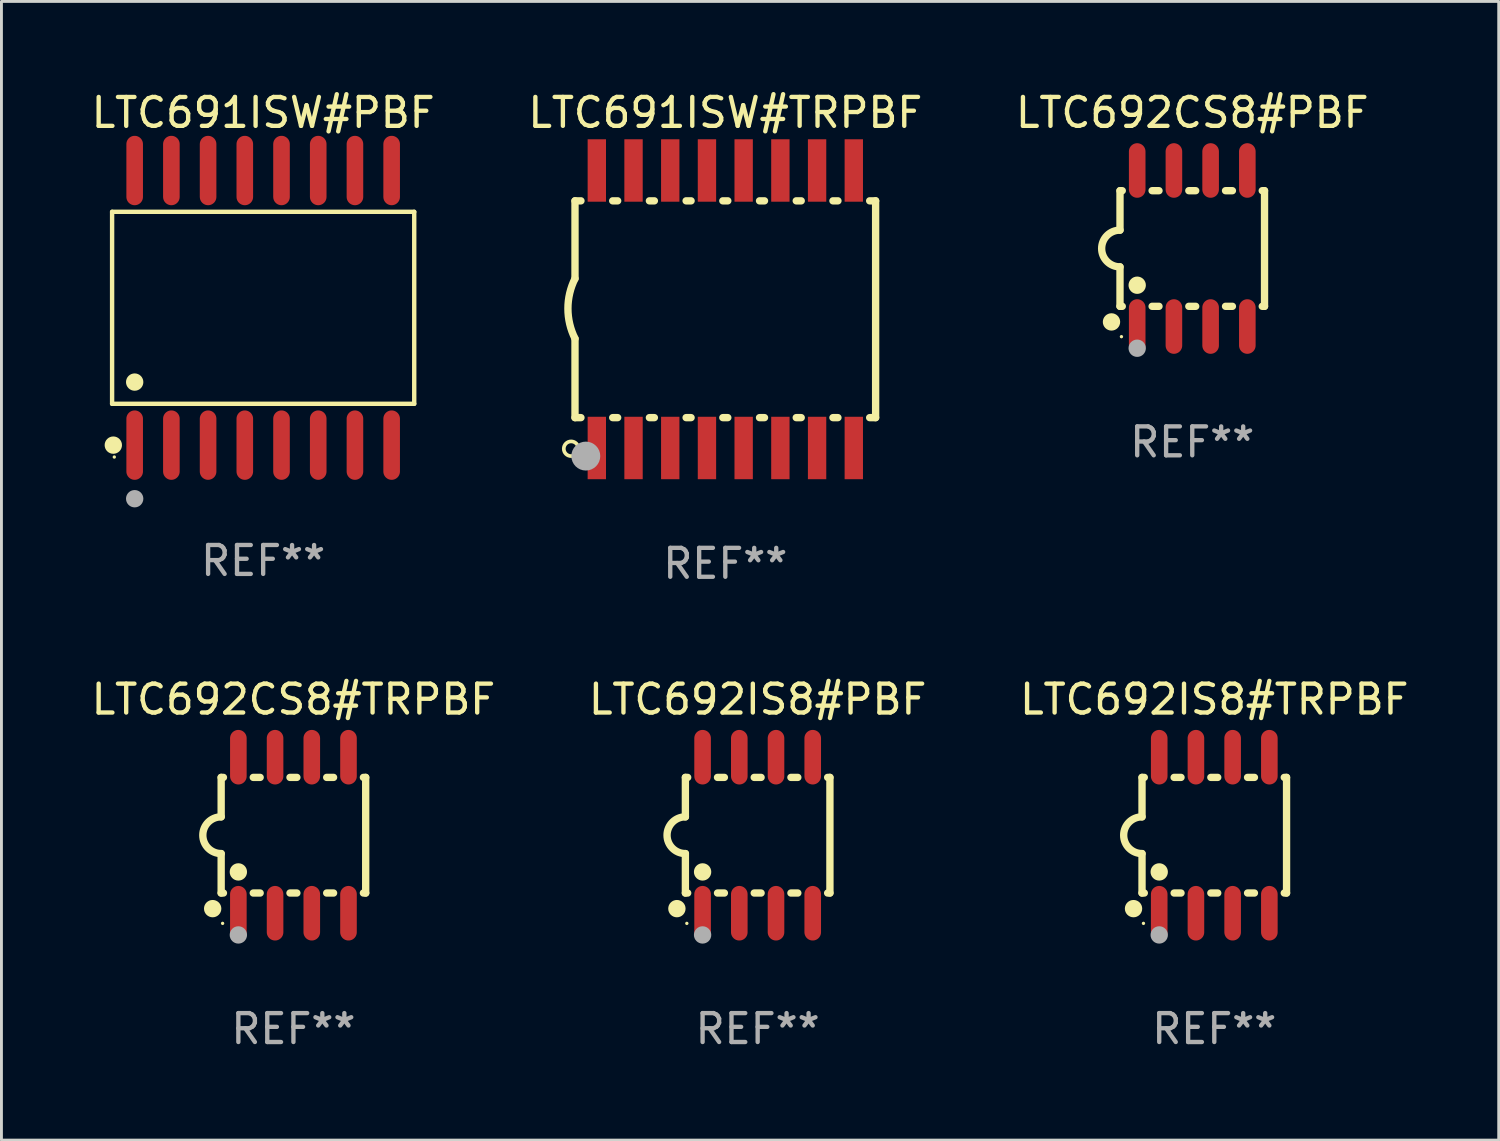
<source format=kicad_pcb>
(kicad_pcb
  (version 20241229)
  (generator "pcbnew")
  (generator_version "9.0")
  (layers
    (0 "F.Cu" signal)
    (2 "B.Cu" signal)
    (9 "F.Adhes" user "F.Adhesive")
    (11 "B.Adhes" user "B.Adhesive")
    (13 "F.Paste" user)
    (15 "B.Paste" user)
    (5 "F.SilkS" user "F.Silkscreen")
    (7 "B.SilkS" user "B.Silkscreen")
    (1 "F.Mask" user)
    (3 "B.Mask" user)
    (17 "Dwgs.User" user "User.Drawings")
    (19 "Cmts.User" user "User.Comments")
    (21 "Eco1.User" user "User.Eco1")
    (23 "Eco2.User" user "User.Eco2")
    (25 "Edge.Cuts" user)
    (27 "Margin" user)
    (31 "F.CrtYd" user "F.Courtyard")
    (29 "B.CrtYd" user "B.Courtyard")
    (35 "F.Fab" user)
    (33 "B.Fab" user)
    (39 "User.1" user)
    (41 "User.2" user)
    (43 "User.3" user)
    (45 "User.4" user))
  (footprint "LTC692CS8#PBF"
    (layer "F.Cu")
    (at 38.196 5.547)
    (property "Reference" "LTC692CS8#PBF" (at 0 -4.699 0) (layer "F.SilkS") (effects (font (size 1 1) (thickness 0.15))))
    (attr through_hole)
    (fp_line (start -2.5 -2) (end -2.5 -0.635) (stroke (width 0.254) (type solid)) (layer "F.SilkS"))
    (fp_line (start -2.5 -2) (end -2.421 -2) (stroke (width 0.254) (type solid)) (layer "F.SilkS"))
    (fp_line (start -2.5 2) (end -2.5 0.635) (stroke (width 0.254) (type solid)) (layer "F.SilkS"))
    (fp_line (start -2.5 2) (end -2.421 2) (stroke (width 0.254) (type solid)) (layer "F.SilkS"))
    (fp_line (start -1.389 -2) (end -1.151 -2) (stroke (width 0.254) (type solid)) (layer "F.SilkS"))
    (fp_line (start -1.389 2) (end -1.151 2) (stroke (width 0.254) (type solid)) (layer "F.SilkS"))
    (fp_line (start -0.119 -2) (end 0.119 -2) (stroke (width 0.254) (type solid)) (layer "F.SilkS"))
    (fp_line (start -0.119 2) (end 0.119 2) (stroke (width 0.254) (type solid)) (layer "F.SilkS"))
    (fp_line (start 1.151 -2) (end 1.389 -2) (stroke (width 0.254) (type solid)) (layer "F.SilkS"))
    (fp_line (start 1.151 2) (end 1.389 2) (stroke (width 0.254) (type solid)) (layer "F.SilkS"))
    (fp_line (start 2.421 -2) (end 2.5 -2) (stroke (width 0.254) (type solid)) (layer "F.SilkS"))
    (fp_line (start 2.421 2) (end 2.5 2) (stroke (width 0.254) (type solid)) (layer "F.SilkS"))
    (fp_line (start 2.5 -2) (end 2.5 2) (stroke (width 0.254) (type solid)) (layer "F.SilkS"))
    (fp_arc (start -2.5 0.635001) (mid -3.134366 -0.000318) (end -2.499365 -0.635001) (stroke (width 0.254001) (type solid)) (layer "F.SilkS"))
    (fp_circle (center -2.794 2.54) (end -2.644 2.54) (stroke (width 0.3) (type solid)) (fill no) (layer "F.SilkS"))
    (fp_circle (center -2.45 3.05) (end -2.42 3.05) (stroke (width 0.06) (type solid)) (fill no) (layer "F.SilkS"))
    (fp_circle (center -1.905 1.27) (end -1.755 1.27) (stroke (width 0.3) (type solid)) (fill no) (layer "F.SilkS"))
    (fp_circle (center -1.905 3.45) (end -1.755 3.45) (stroke (width 0.3) (type solid)) (fill no) (layer "F.Fab"))
    (fp_text user "REF**" (at 0 6.699 0) (layer "F.Fab") (effects (font (size 1 1) (thickness 0.15))))
    (pad "1" smd oval (at -1.905 2.699) (size 0.574 1.888) (layers "F.Cu" "F.Mask" "F.Paste"))
    (pad "2" smd oval (at -0.635 2.699) (size 0.574 1.888) (layers "F.Cu" "F.Mask" "F.Paste"))
    (pad "3" smd oval (at 0.635 2.699) (size 0.574 1.888) (layers "F.Cu" "F.Mask" "F.Paste"))
    (pad "4" smd oval (at 1.905 2.699) (size 0.574 1.888) (layers "F.Cu" "F.Mask" "F.Paste"))
    (pad "5" smd oval (at 1.905 -2.699) (size 0.574 1.888) (layers "F.Cu" "F.Mask" "F.Paste"))
    (pad "6" smd oval (at 0.635 -2.699) (size 0.574 1.888) (layers "F.Cu" "F.Mask" "F.Paste"))
    (pad "7" smd oval (at -0.635 -2.699) (size 0.574 1.888) (layers "F.Cu" "F.Mask" "F.Paste"))
    (pad "8" smd oval (at -1.905 -2.699) (size 0.574 1.888) (layers "F.Cu" "F.Mask" "F.Paste")))
  (footprint "LTC692IS8#PBF"
    (layer "F.Cu")
    (at 23.161 25.844)
    (property "Reference" "LTC692IS8#PBF" (at 0 -4.699 0) (layer "F.SilkS") (effects (font (size 1 1) (thickness 0.15))))
    (attr through_hole)
    (fp_line (start -2.5 -2) (end -2.5 -0.635) (stroke (width 0.254) (type solid)) (layer "F.SilkS"))
    (fp_line (start -2.5 -2) (end -2.421 -2) (stroke (width 0.254) (type solid)) (layer "F.SilkS"))
    (fp_line (start -2.5 2) (end -2.5 0.635) (stroke (width 0.254) (type solid)) (layer "F.SilkS"))
    (fp_line (start -2.5 2) (end -2.421 2) (stroke (width 0.254) (type solid)) (layer "F.SilkS"))
    (fp_line (start -1.389 -2) (end -1.151 -2) (stroke (width 0.254) (type solid)) (layer "F.SilkS"))
    (fp_line (start -1.389 2) (end -1.151 2) (stroke (width 0.254) (type solid)) (layer "F.SilkS"))
    (fp_line (start -0.119 -2) (end 0.119 -2) (stroke (width 0.254) (type solid)) (layer "F.SilkS"))
    (fp_line (start -0.119 2) (end 0.119 2) (stroke (width 0.254) (type solid)) (layer "F.SilkS"))
    (fp_line (start 1.151 -2) (end 1.389 -2) (stroke (width 0.254) (type solid)) (layer "F.SilkS"))
    (fp_line (start 1.151 2) (end 1.389 2) (stroke (width 0.254) (type solid)) (layer "F.SilkS"))
    (fp_line (start 2.421 -2) (end 2.5 -2) (stroke (width 0.254) (type solid)) (layer "F.SilkS"))
    (fp_line (start 2.421 2) (end 2.5 2) (stroke (width 0.254) (type solid)) (layer "F.SilkS"))
    (fp_line (start 2.5 -2) (end 2.5 2) (stroke (width 0.254) (type solid)) (layer "F.SilkS"))
    (fp_arc (start -2.5 0.635001) (mid -3.134366 -0.000318) (end -2.499365 -0.635001) (stroke (width 0.254001) (type solid)) (layer "F.SilkS"))
    (fp_circle (center -2.794 2.54) (end -2.644 2.54) (stroke (width 0.3) (type solid)) (fill no) (layer "F.SilkS"))
    (fp_circle (center -2.45 3.05) (end -2.42 3.05) (stroke (width 0.06) (type solid)) (fill no) (layer "F.SilkS"))
    (fp_circle (center -1.905 1.27) (end -1.755 1.27) (stroke (width 0.3) (type solid)) (fill no) (layer "F.SilkS"))
    (fp_circle (center -1.905 3.45) (end -1.755 3.45) (stroke (width 0.3) (type solid)) (fill no) (layer "F.Fab"))
    (fp_text user "REF**" (at 0 6.699 0) (layer "F.Fab") (effects (font (size 1 1) (thickness 0.15))))
    (pad "1" smd oval (at -1.905 2.699) (size 0.574 1.888) (layers "F.Cu" "F.Mask" "F.Paste"))
    (pad "2" smd oval (at -0.635 2.699) (size 0.574 1.888) (layers "F.Cu" "F.Mask" "F.Paste"))
    (pad "3" smd oval (at 0.635 2.699) (size 0.574 1.888) (layers "F.Cu" "F.Mask" "F.Paste"))
    (pad "4" smd oval (at 1.905 2.699) (size 0.574 1.888) (layers "F.Cu" "F.Mask" "F.Paste"))
    (pad "5" smd oval (at 1.905 -2.699) (size 0.574 1.888) (layers "F.Cu" "F.Mask" "F.Paste"))
    (pad "6" smd oval (at 0.635 -2.699) (size 0.574 1.888) (layers "F.Cu" "F.Mask" "F.Paste"))
    (pad "7" smd oval (at -0.635 -2.699) (size 0.574 1.888) (layers "F.Cu" "F.Mask" "F.Paste"))
    (pad "8" smd oval (at -1.905 -2.699) (size 0.574 1.888) (layers "F.Cu" "F.Mask" "F.Paste")))
  (footprint "LTC692CS8#TRPBF"
    (layer "F.Cu")
    (at 7.101 25.844)
    (property "Reference" "LTC692CS8#TRPBF" (at 0 -4.699 0) (layer "F.SilkS") (effects (font (size 1 1) (thickness 0.15))))
    (attr through_hole)
    (fp_line (start -2.5 -2) (end -2.5 -0.635) (stroke (width 0.254) (type solid)) (layer "F.SilkS"))
    (fp_line (start -2.5 -2) (end -2.421 -2) (stroke (width 0.254) (type solid)) (layer "F.SilkS"))
    (fp_line (start -2.5 2) (end -2.5 0.635) (stroke (width 0.254) (type solid)) (layer "F.SilkS"))
    (fp_line (start -2.5 2) (end -2.421 2) (stroke (width 0.254) (type solid)) (layer "F.SilkS"))
    (fp_line (start -1.389 -2) (end -1.151 -2) (stroke (width 0.254) (type solid)) (layer "F.SilkS"))
    (fp_line (start -1.389 2) (end -1.151 2) (stroke (width 0.254) (type solid)) (layer "F.SilkS"))
    (fp_line (start -0.119 -2) (end 0.119 -2) (stroke (width 0.254) (type solid)) (layer "F.SilkS"))
    (fp_line (start -0.119 2) (end 0.119 2) (stroke (width 0.254) (type solid)) (layer "F.SilkS"))
    (fp_line (start 1.151 -2) (end 1.389 -2) (stroke (width 0.254) (type solid)) (layer "F.SilkS"))
    (fp_line (start 1.151 2) (end 1.389 2) (stroke (width 0.254) (type solid)) (layer "F.SilkS"))
    (fp_line (start 2.421 -2) (end 2.5 -2) (stroke (width 0.254) (type solid)) (layer "F.SilkS"))
    (fp_line (start 2.421 2) (end 2.5 2) (stroke (width 0.254) (type solid)) (layer "F.SilkS"))
    (fp_line (start 2.5 -2) (end 2.5 2) (stroke (width 0.254) (type solid)) (layer "F.SilkS"))
    (fp_arc (start -2.5 0.635001) (mid -3.134366 -0.000318) (end -2.499365 -0.635001) (stroke (width 0.254001) (type solid)) (layer "F.SilkS"))
    (fp_circle (center -2.794 2.54) (end -2.644 2.54) (stroke (width 0.3) (type solid)) (fill no) (layer "F.SilkS"))
    (fp_circle (center -2.45 3.05) (end -2.42 3.05) (stroke (width 0.06) (type solid)) (fill no) (layer "F.SilkS"))
    (fp_circle (center -1.905 1.27) (end -1.755 1.27) (stroke (width 0.3) (type solid)) (fill no) (layer "F.SilkS"))
    (fp_circle (center -1.905 3.45) (end -1.755 3.45) (stroke (width 0.3) (type solid)) (fill no) (layer "F.Fab"))
    (fp_text user "REF**" (at 0 6.699 0) (layer "F.Fab") (effects (font (size 1 1) (thickness 0.15))))
    (pad "1" smd oval (at -1.905 2.699) (size 0.574 1.888) (layers "F.Cu" "F.Mask" "F.Paste"))
    (pad "2" smd oval (at -0.635 2.699) (size 0.574 1.888) (layers "F.Cu" "F.Mask" "F.Paste"))
    (pad "3" smd oval (at 0.635 2.699) (size 0.574 1.888) (layers "F.Cu" "F.Mask" "F.Paste"))
    (pad "4" smd oval (at 1.905 2.699) (size 0.574 1.888) (layers "F.Cu" "F.Mask" "F.Paste"))
    (pad "5" smd oval (at 1.905 -2.699) (size 0.574 1.888) (layers "F.Cu" "F.Mask" "F.Paste"))
    (pad "6" smd oval (at 0.635 -2.699) (size 0.574 1.888) (layers "F.Cu" "F.Mask" "F.Paste"))
    (pad "7" smd oval (at -0.635 -2.699) (size 0.574 1.888) (layers "F.Cu" "F.Mask" "F.Paste"))
    (pad "8" smd oval (at -1.905 -2.699) (size 0.574 1.888) (layers "F.Cu" "F.Mask" "F.Paste")))
  (footprint "LTC691ISW#TRPBF"
    (layer "F.Cu")
    (at 22.042 7.648)
    (property "Reference" "LTC691ISW#TRPBF" (at 0 -6.8 0) (layer "F.SilkS") (effects (font (size 1 1) (thickness 0.15))))
    (attr through_hole)
    (fp_line (start -5.2 -3.75) (end -5.2 -1.06) (stroke (width 0.254) (type solid)) (layer "F.SilkS"))
    (fp_line (start -5.2 -3.75) (end -4.994 -3.75) (stroke (width 0.254) (type solid)) (layer "F.SilkS"))
    (fp_line (start -5.2 3.75) (end -5.2 1.016) (stroke (width 0.254) (type solid)) (layer "F.SilkS"))
    (fp_line (start -5.2 3.75) (end -4.994 3.75) (stroke (width 0.254) (type solid)) (layer "F.SilkS"))
    (fp_line (start -3.896 -3.75) (end -3.724 -3.75) (stroke (width 0.254) (type solid)) (layer "F.SilkS"))
    (fp_line (start -3.896 3.75) (end -3.724 3.75) (stroke (width 0.254) (type solid)) (layer "F.SilkS"))
    (fp_line (start -2.626 -3.75) (end -2.454 -3.75) (stroke (width 0.254) (type solid)) (layer "F.SilkS"))
    (fp_line (start -2.626 3.75) (end -2.454 3.75) (stroke (width 0.254) (type solid)) (layer "F.SilkS"))
    (fp_line (start -1.356 -3.75) (end -1.184 -3.75) (stroke (width 0.254) (type solid)) (layer "F.SilkS"))
    (fp_line (start -1.356 3.75) (end -1.184 3.75) (stroke (width 0.254) (type solid)) (layer "F.SilkS"))
    (fp_line (start -0.086 -3.75) (end 0.086 -3.75) (stroke (width 0.254) (type solid)) (layer "F.SilkS"))
    (fp_line (start -0.086 3.75) (end 0.086 3.75) (stroke (width 0.254) (type solid)) (layer "F.SilkS"))
    (fp_line (start 1.184 -3.75) (end 1.356 -3.75) (stroke (width 0.254) (type solid)) (layer "F.SilkS"))
    (fp_line (start 1.184 3.75) (end 1.356 3.75) (stroke (width 0.254) (type solid)) (layer "F.SilkS"))
    (fp_line (start 2.454 -3.75) (end 2.626 -3.75) (stroke (width 0.254) (type solid)) (layer "F.SilkS"))
    (fp_line (start 2.454 3.75) (end 2.626 3.75) (stroke (width 0.254) (type solid)) (layer "F.SilkS"))
    (fp_line (start 3.724 -3.75) (end 3.896 -3.75) (stroke (width 0.254) (type solid)) (layer "F.SilkS"))
    (fp_line (start 3.724 3.75) (end 3.896 3.75) (stroke (width 0.254) (type solid)) (layer "F.SilkS"))
    (fp_line (start 4.994 -3.75) (end 5.2 -3.75) (stroke (width 0.254) (type solid)) (layer "F.SilkS"))
    (fp_line (start 4.994 3.75) (end 5.2 3.75) (stroke (width 0.254) (type solid)) (layer "F.SilkS"))
    (fp_line (start 5.2 3.75) (end 5.2 -3.75) (stroke (width 0.254) (type solid)) (layer "F.SilkS"))
    (fp_arc (start -5.199391 1.016002) (mid -5.444637 -0.021925) (end -5.2 -1.059995) (stroke (width 0.254001) (type solid)) (layer "F.SilkS"))
    (fp_circle (center -5.334 4.826) (end -5.08 4.826) (stroke (width 0.127) (type solid)) (fill no) (layer "F.SilkS"))
    (fp_circle (center -5.15 5.15) (end -5.12 5.15) (stroke (width 0.06) (type solid)) (fill no) (layer "F.SilkS"))
    (fp_circle (center -4.826 5.08) (end -4.576 5.08) (stroke (width 0.5) (type solid)) (fill no) (layer "F.Fab"))
    (fp_text user "REF**" (at 0 8.8 0) (layer "F.Fab") (effects (font (size 1 1) (thickness 0.15))))
    (pad "1" smd rect (at -4.445 4.8) (size 0.635 2.16) (layers "F.Cu" "F.Mask" "F.Paste"))
    (pad "2" smd rect (at -3.175 4.8) (size 0.635 2.16) (layers "F.Cu" "F.Mask" "F.Paste"))
    (pad "3" smd rect (at -1.905 4.8) (size 0.635 2.16) (layers "F.Cu" "F.Mask" "F.Paste"))
    (pad "4" smd rect (at -0.635 4.8) (size 0.635 2.16) (layers "F.Cu" "F.Mask" "F.Paste"))
    (pad "5" smd rect (at 0.635 4.8) (size 0.635 2.16) (layers "F.Cu" "F.Mask" "F.Paste"))
    (pad "6" smd rect (at 1.905 4.8) (size 0.635 2.16) (layers "F.Cu" "F.Mask" "F.Paste"))
    (pad "7" smd rect (at 3.175 4.8) (size 0.635 2.16) (layers "F.Cu" "F.Mask" "F.Paste"))
    (pad "8" smd rect (at 4.445 4.8) (size 0.635 2.16) (layers "F.Cu" "F.Mask" "F.Paste"))
    (pad "9" smd rect (at 4.445 -4.8) (size 0.635 2.16) (layers "F.Cu" "F.Mask" "F.Paste"))
    (pad "10" smd rect (at 3.175 -4.8) (size 0.635 2.16) (layers "F.Cu" "F.Mask" "F.Paste"))
    (pad "11" smd rect (at 1.905 -4.8) (size 0.635 2.16) (layers "F.Cu" "F.Mask" "F.Paste"))
    (pad "12" smd rect (at 0.635 -4.8) (size 0.635 2.16) (layers "F.Cu" "F.Mask" "F.Paste"))
    (pad "13" smd rect (at -0.635 -4.8) (size 0.635 2.16) (layers "F.Cu" "F.Mask" "F.Paste"))
    (pad "14" smd rect (at -1.905 -4.8) (size 0.635 2.16) (layers "F.Cu" "F.Mask" "F.Paste"))
    (pad "15" smd rect (at -3.175 -4.8) (size 0.635 2.16) (layers "F.Cu" "F.Mask" "F.Paste"))
    (pad "16" smd rect (at -4.445 -4.8) (size 0.635 2.16) (layers "F.Cu" "F.Mask" "F.Paste")))
  (footprint "LTC692IS8#TRPBF"
    (layer "F.Cu")
    (at 38.958 25.844)
    (property "Reference" "LTC692IS8#TRPBF" (at 0 -4.699 0) (layer "F.SilkS") (effects (font (size 1 1) (thickness 0.15))))
    (attr through_hole)
    (fp_line (start -2.5 -2) (end -2.5 -0.635) (stroke (width 0.254) (type solid)) (layer "F.SilkS"))
    (fp_line (start -2.5 -2) (end -2.421 -2) (stroke (width 0.254) (type solid)) (layer "F.SilkS"))
    (fp_line (start -2.5 2) (end -2.5 0.635) (stroke (width 0.254) (type solid)) (layer "F.SilkS"))
    (fp_line (start -2.5 2) (end -2.421 2) (stroke (width 0.254) (type solid)) (layer "F.SilkS"))
    (fp_line (start -1.389 -2) (end -1.151 -2) (stroke (width 0.254) (type solid)) (layer "F.SilkS"))
    (fp_line (start -1.389 2) (end -1.151 2) (stroke (width 0.254) (type solid)) (layer "F.SilkS"))
    (fp_line (start -0.119 -2) (end 0.119 -2) (stroke (width 0.254) (type solid)) (layer "F.SilkS"))
    (fp_line (start -0.119 2) (end 0.119 2) (stroke (width 0.254) (type solid)) (layer "F.SilkS"))
    (fp_line (start 1.151 -2) (end 1.389 -2) (stroke (width 0.254) (type solid)) (layer "F.SilkS"))
    (fp_line (start 1.151 2) (end 1.389 2) (stroke (width 0.254) (type solid)) (layer "F.SilkS"))
    (fp_line (start 2.421 -2) (end 2.5 -2) (stroke (width 0.254) (type solid)) (layer "F.SilkS"))
    (fp_line (start 2.421 2) (end 2.5 2) (stroke (width 0.254) (type solid)) (layer "F.SilkS"))
    (fp_line (start 2.5 -2) (end 2.5 2) (stroke (width 0.254) (type solid)) (layer "F.SilkS"))
    (fp_arc (start -2.5 0.635001) (mid -3.134366 -0.000318) (end -2.499365 -0.635001) (stroke (width 0.254001) (type solid)) (layer "F.SilkS"))
    (fp_circle (center -2.794 2.54) (end -2.644 2.54) (stroke (width 0.3) (type solid)) (fill no) (layer "F.SilkS"))
    (fp_circle (center -2.45 3.05) (end -2.42 3.05) (stroke (width 0.06) (type solid)) (fill no) (layer "F.SilkS"))
    (fp_circle (center -1.905 1.27) (end -1.755 1.27) (stroke (width 0.3) (type solid)) (fill no) (layer "F.SilkS"))
    (fp_circle (center -1.905 3.45) (end -1.755 3.45) (stroke (width 0.3) (type solid)) (fill no) (layer "F.Fab"))
    (fp_text user "REF**" (at 0 6.699 0) (layer "F.Fab") (effects (font (size 1 1) (thickness 0.15))))
    (pad "1" smd oval (at -1.905 2.699) (size 0.574 1.888) (layers "F.Cu" "F.Mask" "F.Paste"))
    (pad "2" smd oval (at -0.635 2.699) (size 0.574 1.888) (layers "F.Cu" "F.Mask" "F.Paste"))
    (pad "3" smd oval (at 0.635 2.699) (size 0.574 1.888) (layers "F.Cu" "F.Mask" "F.Paste"))
    (pad "4" smd oval (at 1.905 2.699) (size 0.574 1.888) (layers "F.Cu" "F.Mask" "F.Paste"))
    (pad "5" smd oval (at 1.905 -2.699) (size 0.574 1.888) (layers "F.Cu" "F.Mask" "F.Paste"))
    (pad "6" smd oval (at 0.635 -2.699) (size 0.574 1.888) (layers "F.Cu" "F.Mask" "F.Paste"))
    (pad "7" smd oval (at -0.635 -2.699) (size 0.574 1.888) (layers "F.Cu" "F.Mask" "F.Paste"))
    (pad "8" smd oval (at -1.905 -2.699) (size 0.574 1.888) (layers "F.Cu" "F.Mask" "F.Paste")))
  (footprint "LTC691ISW#PBF"
    (layer "F.Cu")
    (at 6.054 7.599)
    (property "Reference" "LTC691ISW#PBF" (at 0 -6.75 0) (layer "F.SilkS") (effects (font (size 1 1) (thickness 0.15))))
    (attr through_hole)
    (fp_line (start -5.226 -3.321) (end 5.226 -3.321) (stroke (width 0.152) (type solid)) (layer "F.SilkS"))
    (fp_line (start -5.226 3.321) (end -5.226 -3.321) (stroke (width 0.152) (type solid)) (layer "F.SilkS"))
    (fp_line (start 5.226 -3.321) (end 5.226 3.321) (stroke (width 0.152) (type solid)) (layer "F.SilkS"))
    (fp_line (start 5.226 3.321) (end -5.226 3.321) (stroke (width 0.152) (type solid)) (layer "F.SilkS"))
    (fp_circle (center -5.184 4.75) (end -5.034 4.75) (stroke (width 0.3) (type solid)) (fill no) (layer "F.SilkS"))
    (fp_circle (center -5.15 5.162) (end -5.12 5.162) (stroke (width 0.06) (type solid)) (fill no) (layer "F.SilkS"))
    (fp_circle (center -4.445 2.569) (end -4.295 2.569) (stroke (width 0.3) (type solid)) (fill no) (layer "F.SilkS"))
    (fp_circle (center -4.445 6.604) (end -4.295 6.604) (stroke (width 0.3) (type solid)) (fill no) (layer "F.Fab"))
    (fp_text user "REF**" (at 0 8.75 0) (layer "F.Fab") (effects (font (size 1 1) (thickness 0.15))))
    (pad "1" smd oval (at -4.445 4.75) (size 0.574 2.401) (layers "F.Cu" "F.Mask" "F.Paste"))
    (pad "2" smd oval (at -3.175 4.75) (size 0.574 2.401) (layers "F.Cu" "F.Mask" "F.Paste"))
    (pad "3" smd oval (at -1.905 4.75) (size 0.574 2.401) (layers "F.Cu" "F.Mask" "F.Paste"))
    (pad "4" smd oval (at -0.635 4.75) (size 0.574 2.401) (layers "F.Cu" "F.Mask" "F.Paste"))
    (pad "5" smd oval (at 0.635 4.75) (size 0.574 2.401) (layers "F.Cu" "F.Mask" "F.Paste"))
    (pad "6" smd oval (at 1.905 4.75) (size 0.574 2.401) (layers "F.Cu" "F.Mask" "F.Paste"))
    (pad "7" smd oval (at 3.175 4.75) (size 0.574 2.401) (layers "F.Cu" "F.Mask" "F.Paste"))
    (pad "8" smd oval (at 4.445 4.75) (size 0.574 2.401) (layers "F.Cu" "F.Mask" "F.Paste"))
    (pad "9" smd oval (at 4.445 -4.75) (size 0.574 2.401) (layers "F.Cu" "F.Mask" "F.Paste"))
    (pad "10" smd oval (at 3.175 -4.75) (size 0.574 2.401) (layers "F.Cu" "F.Mask" "F.Paste"))
    (pad "11" smd oval (at 1.905 -4.75) (size 0.574 2.401) (layers "F.Cu" "F.Mask" "F.Paste"))
    (pad "12" smd oval (at 0.635 -4.75) (size 0.574 2.401) (layers "F.Cu" "F.Mask" "F.Paste"))
    (pad "13" smd oval (at -0.635 -4.75) (size 0.574 2.401) (layers "F.Cu" "F.Mask" "F.Paste"))
    (pad "14" smd oval (at -1.905 -4.75) (size 0.574 2.401) (layers "F.Cu" "F.Mask" "F.Paste"))
    (pad "15" smd oval (at -3.175 -4.75) (size 0.574 2.401) (layers "F.Cu" "F.Mask" "F.Paste"))
    (pad "16" smd oval (at -4.445 -4.75) (size 0.574 2.401) (layers "F.Cu" "F.Mask" "F.Paste")))
  (gr_rect
    (start -3 -3)
    (end 48.798 36.391)
    (stroke (width 0.1) (type default))
    (fill no)
    (layer "Edge.Cuts")))
</source>
